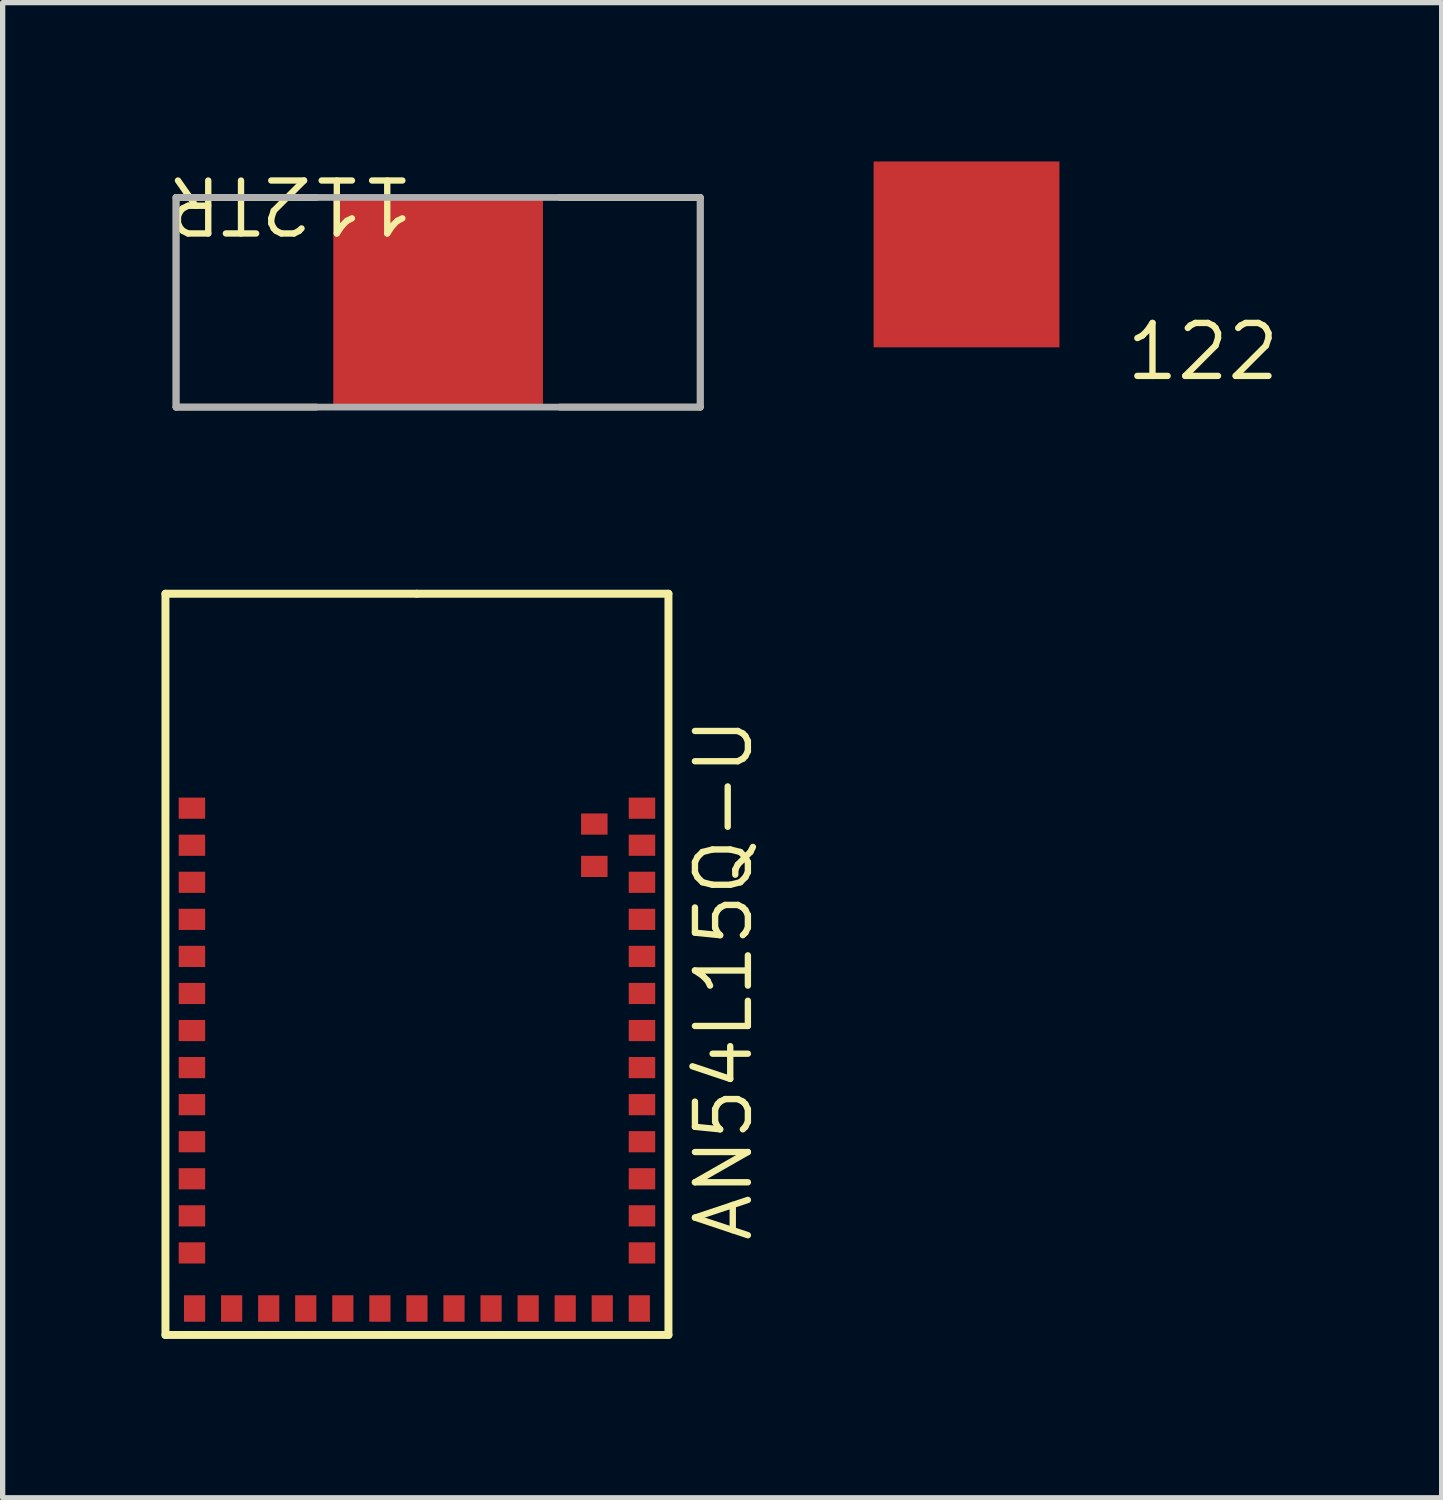
<source format=kicad_pcb>
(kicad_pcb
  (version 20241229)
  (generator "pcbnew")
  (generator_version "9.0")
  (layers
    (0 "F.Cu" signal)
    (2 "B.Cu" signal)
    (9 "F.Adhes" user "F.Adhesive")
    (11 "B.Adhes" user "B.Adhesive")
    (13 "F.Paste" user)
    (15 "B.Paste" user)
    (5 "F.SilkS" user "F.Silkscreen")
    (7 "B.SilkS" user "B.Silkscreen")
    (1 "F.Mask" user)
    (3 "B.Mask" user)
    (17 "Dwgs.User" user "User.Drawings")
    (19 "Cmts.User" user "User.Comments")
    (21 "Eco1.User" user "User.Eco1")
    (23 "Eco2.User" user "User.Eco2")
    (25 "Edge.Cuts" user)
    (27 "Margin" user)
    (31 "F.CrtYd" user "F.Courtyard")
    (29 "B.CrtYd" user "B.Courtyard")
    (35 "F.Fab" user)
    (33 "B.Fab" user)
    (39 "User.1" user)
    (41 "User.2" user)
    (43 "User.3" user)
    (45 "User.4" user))
  (footprint "AN54L15Q-U"
    (layer "F.Cu")
    (at 4.825 8.164)
    (property "Reference" "AN54L15Q-U" (at 6.379 12.29 90) (unlocked yes) (layer "F.SilkS") (effects (font (size 1 1) (thickness 0.12)) (justify left bottom)))
    (fp_line (start -4.75 14) (end -4.75 -0.00005) (stroke (width 0.15) (type solid)) (layer "F.SilkS"))
    (fp_line (start 0 -0.00005) (end -4.75 -0.00005) (stroke (width 0.15) (type solid)) (layer "F.SilkS"))
    (fp_line (start 4.75 -0.00005) (end 0 -0.00005) (stroke (width 0.15) (type solid)) (layer "F.SilkS"))
    (fp_line (start 4.75 14) (end -4.75 14) (stroke (width 0.15) (type solid)) (layer "F.SilkS"))
    (fp_line (start 4.75 14) (end 4.75 -0.00005) (stroke (width 0.15) (type solid)) (layer "F.SilkS"))
    (pad "1" smd rect (at -4.25 4.05 180) (size 0.5 0.4) (layers "F.Cu" "F.Mask" "F.Paste"))
    (pad "2" smd rect (at -4.25 4.75) (size 0.5 0.4) (layers "F.Cu" "F.Mask" "F.Paste"))
    (pad "3" smd rect (at -4.25 5.45) (size 0.5 0.4) (layers "F.Cu" "F.Mask" "F.Paste"))
    (pad "4" smd rect (at -4.25 6.15 180) (size 0.5 0.4) (layers "F.Cu" "F.Mask" "F.Paste"))
    (pad "5" smd rect (at -4.25 6.85) (size 0.5 0.4) (layers "F.Cu" "F.Mask" "F.Paste"))
    (pad "6" smd rect (at -4.25 7.55) (size 0.5 0.4) (layers "F.Cu" "F.Mask" "F.Paste"))
    (pad "7" smd rect (at -4.25 8.25) (size 0.5 0.4) (layers "F.Cu" "F.Mask" "F.Paste"))
    (pad "8" smd rect (at -4.25 8.95) (size 0.5 0.4) (layers "F.Cu" "F.Mask" "F.Paste"))
    (pad "9" smd rect (at -4.25 9.65) (size 0.5 0.4) (layers "F.Cu" "F.Mask" "F.Paste"))
    (pad "10" smd rect (at -4.25 10.35) (size 0.5 0.4) (layers "F.Cu" "F.Mask" "F.Paste"))
    (pad "11" smd rect (at -4.25 11.05) (size 0.5 0.4) (layers "F.Cu" "F.Mask" "F.Paste"))
    (pad "12" smd rect (at -4.25 11.75) (size 0.5 0.4) (layers "F.Cu" "F.Mask" "F.Paste"))
    (pad "13" smd rect (at -4.25 12.45) (size 0.5 0.4) (layers "F.Cu" "F.Mask" "F.Paste"))
    (pad "14" smd rect (at -4.2 13.5 270) (size 0.5 0.4) (layers "F.Cu" "F.Mask" "F.Paste"))
    (pad "15" smd rect (at -3.5 13.5 270) (size 0.5 0.4) (layers "F.Cu" "F.Mask" "F.Paste"))
    (pad "16" smd rect (at -2.8 13.5 270) (size 0.5 0.4) (layers "F.Cu" "F.Mask" "F.Paste"))
    (pad "17" smd rect (at -2.1 13.5 270) (size 0.5 0.4) (layers "F.Cu" "F.Mask" "F.Paste"))
    (pad "18" smd rect (at -1.4 13.5 270) (size 0.5 0.4) (layers "F.Cu" "F.Mask" "F.Paste"))
    (pad "19" smd rect (at -0.7 13.5 270) (size 0.5 0.4) (layers "F.Cu" "F.Mask" "F.Paste"))
    (pad "20" smd rect (at 0 13.5 90) (size 0.5 0.4) (layers "F.Cu" "F.Mask" "F.Paste"))
    (pad "21" smd rect (at 0.7 13.5 90) (size 0.5 0.4) (layers "F.Cu" "F.Mask" "F.Paste"))
    (pad "22" smd rect (at 1.4 13.5 90) (size 0.5 0.4) (layers "F.Cu" "F.Mask" "F.Paste"))
    (pad "23" smd rect (at 2.1 13.5 90) (size 0.5 0.4) (layers "F.Cu" "F.Mask" "F.Paste"))
    (pad "24" smd rect (at 2.8 13.5 90) (size 0.5 0.4) (layers "F.Cu" "F.Mask" "F.Paste"))
    (pad "25" smd rect (at 3.5 13.5 90) (size 0.5 0.4) (layers "F.Cu" "F.Mask" "F.Paste"))
    (pad "26" smd rect (at 4.2 13.5 90) (size 0.5 0.4) (layers "F.Cu" "F.Mask" "F.Paste"))
    (pad "27" smd rect (at 4.25 12.45) (size 0.5 0.4) (layers "F.Cu" "F.Mask" "F.Paste"))
    (pad "28" smd rect (at 4.25 11.75) (size 0.5 0.4) (layers "F.Cu" "F.Mask" "F.Paste"))
    (pad "29" smd rect (at 4.25 11.05) (size 0.5 0.4) (layers "F.Cu" "F.Mask" "F.Paste"))
    (pad "30" smd rect (at 4.25 10.35) (size 0.5 0.4) (layers "F.Cu" "F.Mask" "F.Paste"))
    (pad "31" smd rect (at 4.25 9.65) (size 0.5 0.4) (layers "F.Cu" "F.Mask" "F.Paste"))
    (pad "32" smd rect (at 4.25 8.95) (size 0.5 0.4) (layers "F.Cu" "F.Mask" "F.Paste"))
    (pad "33" smd rect (at 4.25 8.25) (size 0.5 0.4) (layers "F.Cu" "F.Mask" "F.Paste"))
    (pad "34" smd rect (at 4.25 7.55) (size 0.5 0.4) (layers "F.Cu" "F.Mask" "F.Paste"))
    (pad "35" smd rect (at 4.25 6.85) (size 0.5 0.4) (layers "F.Cu" "F.Mask" "F.Paste"))
    (pad "36" smd rect (at 4.25 6.15) (size 0.5 0.4) (layers "F.Cu" "F.Mask" "F.Paste"))
    (pad "37" smd rect (at 4.25 5.45) (size 0.5 0.4) (layers "F.Cu" "F.Mask" "F.Paste"))
    (pad "38" smd rect (at 4.25 4.75) (size 0.5 0.4) (layers "F.Cu" "F.Mask" "F.Paste"))
    (pad "39" smd rect (at 4.25 4.05) (size 0.5 0.4) (layers "F.Cu" "F.Mask" "F.Paste"))
    (pad "40" smd rect (at 3.35 4.35 180) (size 0.5 0.4) (layers "F.Cu" "F.Mask" "F.Paste"))
    (pad "41" smd rect (at 3.35 5.15 180) (size 0.5 0.4) (layers "F.Cu" "F.Mask" "F.Paste")))
  (footprint "122"
    (layer "F.Cu")
    (at 15.205 1.755)
    (property "Reference" "122" (at 2.957 2.423 0) (unlocked yes) (layer "F.SilkS") (effects (font (size 1 1) (thickness 0.12)) (justify left bottom)))
    (pad "1" smd rect (at 0 0 180) (size 3.51 3.51) (layers "F.Cu" "F.Mask" "F.Paste")))
  (footprint "112TR"
    (layer "F.Cu")
    (at 5.225 2.659)
    (property "Reference" "112TR" (at -0.406 -2.428 180) (unlocked yes) (layer "F.SilkS") (effects (font (size 1 1) (thickness 0.12)) (justify left bottom)))
    (fp_line (start -4.95 1.98) (end -4.95 -1.98) (stroke (width 0.127) (type solid)) (layer "F.SilkS"))
    (fp_line (start -2.3 -1.98) (end -4.95 -1.98) (stroke (width 0.127) (type solid)) (layer "F.SilkS"))
    (fp_line (start -2.3 1.98) (end -4.95 1.98) (stroke (width 0.127) (type solid)) (layer "F.SilkS"))
    (fp_line (start 4.95 -1.98) (end 2.3 -1.98) (stroke (width 0.127) (type solid)) (layer "F.SilkS"))
    (fp_line (start 4.95 1.98) (end 2.3 1.98) (stroke (width 0.127) (type solid)) (layer "F.SilkS"))
    (fp_line (start 4.95 1.98) (end 4.95 -1.98) (stroke (width 0.127) (type solid)) (layer "F.SilkS"))
    (fp_line (start -4.95 1.98) (end -4.95 -1.98) (stroke (width 0.127) (type solid)) (layer "F.Fab"))
    (fp_line (start 4.95 -1.98) (end -4.95 -1.98) (stroke (width 0.127) (type solid)) (layer "F.Fab"))
    (fp_line (start 4.95 1.98) (end -4.95 1.98) (stroke (width 0.127) (type solid)) (layer "F.Fab"))
    (fp_line (start 4.95 1.98) (end 4.95 -1.98) (stroke (width 0.127) (type solid)) (layer "F.Fab"))
    (fp_line (start -5.2 2.23) (end -5.2 -2.23) (stroke (width 0.05) (type solid)) (layer "User.13"))
    (fp_line (start 5.2 -2.23) (end -5.2 -2.23) (stroke (width 0.05) (type solid)) (layer "User.13"))
    (fp_line (start 5.2 2.23) (end -5.2 2.23) (stroke (width 0.05) (type solid)) (layer "User.13"))
    (fp_line (start 5.2 2.23) (end 5.2 -2.23) (stroke (width 0.05) (type solid)) (layer "User.13"))
    (pad "1" smd rect (at 0 0 180) (size 3.96 3.96) (layers "F.Cu" "F.Mask" "F.Paste")))
  (gr_rect
    (start -3 -3)
    (end 24.179 25.239)
    (stroke (width 0.1) (type default))
    (fill no)
    (layer "Edge.Cuts")))
</source>
